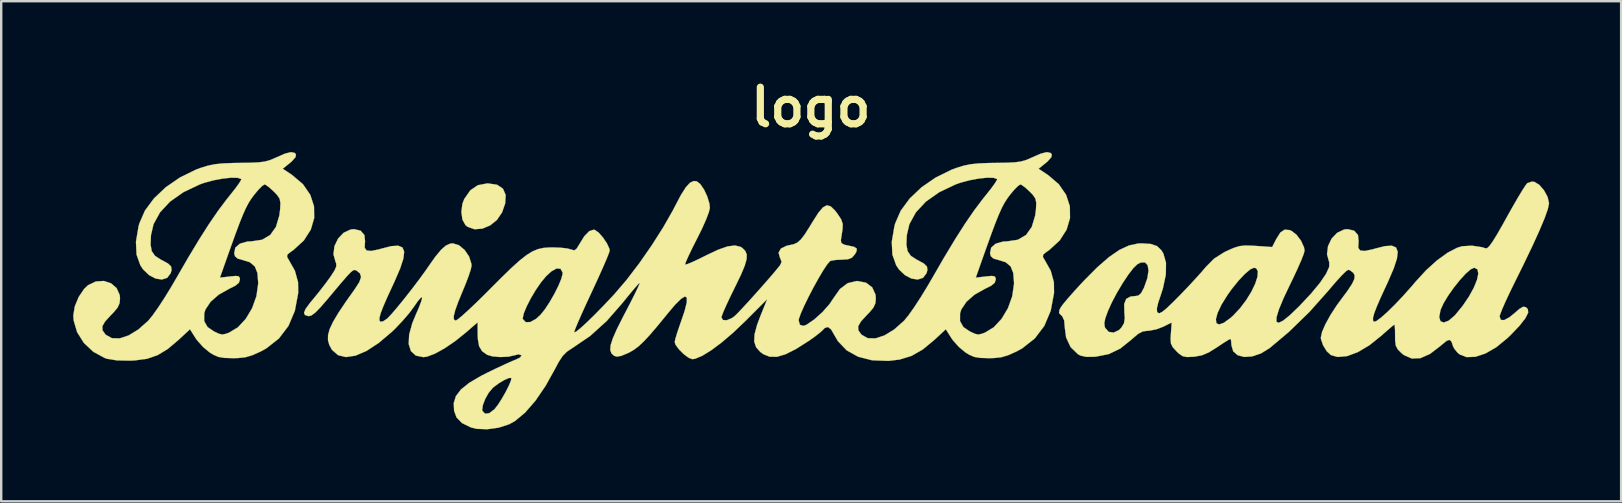
<source format=kicad_pcb>
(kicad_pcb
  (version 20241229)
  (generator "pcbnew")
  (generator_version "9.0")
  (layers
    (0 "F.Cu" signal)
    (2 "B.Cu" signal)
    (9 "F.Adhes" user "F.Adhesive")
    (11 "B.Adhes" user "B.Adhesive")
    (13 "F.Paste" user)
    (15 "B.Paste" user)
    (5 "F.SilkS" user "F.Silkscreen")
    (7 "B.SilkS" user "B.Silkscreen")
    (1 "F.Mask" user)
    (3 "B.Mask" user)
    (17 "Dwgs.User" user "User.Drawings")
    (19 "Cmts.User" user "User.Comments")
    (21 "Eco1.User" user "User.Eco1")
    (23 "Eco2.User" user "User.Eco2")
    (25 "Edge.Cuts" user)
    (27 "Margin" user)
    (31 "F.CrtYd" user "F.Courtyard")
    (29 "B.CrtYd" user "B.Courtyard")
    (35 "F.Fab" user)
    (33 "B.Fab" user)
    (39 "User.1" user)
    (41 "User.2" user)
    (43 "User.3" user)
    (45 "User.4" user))
  (footprint "logo"
    (layer "F.Cu")
    (at 30.738 9.038)
    (property "Reference" "logo" (at 0 -7.62 0) (layer "F.SilkS") (effects (font (size 1.524 1.524) (thickness 0.3))))
    (attr through_hole)
    (fp_poly (pts (xy -13.075 -4.389) (xy -12.83 -4.225) (xy -12.716 -3.962) (xy -12.738 -3.607) (xy -12.866 -3.24) (xy -13.077 -2.927) (xy -13.363 -2.696) (xy -13.688 -2.561) (xy -14.013 -2.535) (xy -14.298 -2.633) (xy -14.393 -2.709) (xy -14.519 -2.939) (xy -14.562 -3.253) (xy -14.521 -3.588) (xy -14.444 -3.793) (xy -14.19 -4.157) (xy -13.877 -4.37) (xy -13.484 -4.445) (xy -13.448 -4.445) (xy -13.075 -4.389)) (stroke (width 0.01) (type solid)) (fill yes) (layer "F.SilkS"))
    (fp_poly (pts (xy -21.514 -5.719) (xy -21.453 -5.656) (xy -21.474 -5.539) (xy -21.626 -5.367) (xy -21.698 -5.305) (xy -22.006 -5.056) (xy -21.619 -4.799) (xy -21.164 -4.413) (xy -20.859 -3.97) (xy -20.703 -3.492) (xy -20.696 -3.001) (xy -20.838 -2.518) (xy -21.128 -2.066) (xy -21.566 -1.666) (xy -21.675 -1.592) (xy -21.815 -1.479) (xy -21.824 -1.377) (xy -21.778 -1.299) (xy -21.5 -0.807) (xy -21.368 -0.33) (xy -21.362 0.121) (xy -21.501 0.863) (xy -21.769 1.495) (xy -22.166 2.017) (xy -22.69 2.429) (xy -22.925 2.558) (xy -23.273 2.714) (xy -23.562 2.799) (xy -23.877 2.833) (xy -24.092 2.836) (xy -24.439 2.826) (xy -24.684 2.785) (xy -24.894 2.695) (xy -25.051 2.599) (xy -25.323 2.373) (xy -25.575 2.092) (xy -25.641 1.997) (xy -25.872 1.632) (xy -26.347 2.074) (xy -26.8 2.456) (xy -27.221 2.711) (xy -27.662 2.863) (xy -28.174 2.931) (xy -28.363 2.94) (xy -28.915 2.929) (xy -29.323 2.864) (xy -29.414 2.834) (xy -29.898 2.572) (xy -30.293 2.202) (xy -30.574 1.755) (xy -30.719 1.263) (xy -30.733 1.055) (xy -30.672 0.681) (xy -30.511 0.29) (xy -30.284 -0.047) (xy -30.117 -0.205) (xy -29.792 -0.359) (xy -29.462 -0.38) (xy -29.162 -0.283) (xy -28.93 -0.084) (xy -28.801 0.201) (xy -28.787 0.349) (xy -28.808 0.555) (xy -28.892 0.736) (xy -29.069 0.945) (xy -29.168 1.045) (xy -29.411 1.31) (xy -29.524 1.51) (xy -29.515 1.68) (xy -29.391 1.851) (xy -29.379 1.863) (xy -29.124 2.005) (xy -28.8 2.012) (xy -28.427 1.889) (xy -28.026 1.644) (xy -27.628 1.292) (xy -25.28 1.292) (xy -25.139 1.541) (xy -24.874 1.721) (xy -24.662 1.821) (xy -24.522 1.852) (xy -24.375 1.822) (xy -24.241 1.773) (xy -23.874 1.551) (xy -23.547 1.199) (xy -23.282 0.754) (xy -23.103 0.255) (xy -23.03 -0.261) (xy -23.029 -0.308) (xy -23.061 -0.713) (xy -23.17 -0.987) (xy -23.374 -1.159) (xy -23.664 -1.251) (xy -23.891 -1.316) (xy -23.997 -1.414) (xy -24.029 -1.54) (xy -23.982 -1.769) (xy -23.793 -1.934) (xy -23.483 -2.022) (xy -23.303 -2.032) (xy -22.865 -2.098) (xy -22.528 -2.297) (xy -22.29 -2.631) (xy -22.148 -3.104) (xy -22.115 -3.364) (xy -22.102 -3.635) (xy -22.139 -3.814) (xy -22.251 -3.976) (xy -22.376 -4.104) (xy -22.565 -4.277) (xy -22.716 -4.385) (xy -22.765 -4.403) (xy -22.861 -4.341) (xy -23.022 -4.18) (xy -23.188 -3.983) (xy -23.314 -3.813) (xy -23.43 -3.631) (xy -23.544 -3.414) (xy -23.668 -3.137) (xy -23.812 -2.778) (xy -23.985 -2.314) (xy -24.198 -1.721) (xy -24.289 -1.465) (xy -24.624 -0.518) (xy -24.208 -0.567) (xy -23.96 -0.59) (xy -23.837 -0.573) (xy -23.795 -0.502) (xy -23.791 -0.434) (xy -23.834 -0.304) (xy -23.983 -0.181) (xy -24.237 -0.055) (xy -24.675 0.191) (xy -25.014 0.488) (xy -25.227 0.807) (xy -25.278 0.968) (xy -25.28 1.292) (xy -27.628 1.292) (xy -27.618 1.284) (xy -27.608 1.273) (xy -27.43 1.056) (xy -27.193 0.722) (xy -26.92 0.303) (xy -26.632 -0.168) (xy -26.458 -0.466) (xy -25.942 -1.358) (xy -25.485 -2.116) (xy -25.075 -2.759) (xy -24.698 -3.308) (xy -24.342 -3.782) (xy -24.197 -3.963) (xy -23.982 -4.234) (xy -23.822 -4.455) (xy -23.739 -4.596) (xy -23.734 -4.628) (xy -23.884 -4.679) (xy -24.153 -4.684) (xy -24.501 -4.647) (xy -24.885 -4.576) (xy -25.265 -4.474) (xy -25.461 -4.405) (xy -26.145 -4.08) (xy -26.702 -3.688) (xy -27.12 -3.239) (xy -27.391 -2.746) (xy -27.497 -2.29) (xy -27.514 -1.896) (xy -27.465 -1.622) (xy -27.33 -1.428) (xy -27.092 -1.273) (xy -27.052 -1.253) (xy -26.788 -1.109) (xy -26.658 -0.983) (xy -26.638 -0.838) (xy -26.677 -0.701) (xy -26.821 -0.511) (xy -27.041 -0.44) (xy -27.303 -0.481) (xy -27.575 -0.623) (xy -27.822 -0.859) (xy -27.94 -1.035) (xy -28.098 -1.479) (xy -28.123 -2.016) (xy -28.015 -2.651) (xy -27.98 -2.781) (xy -27.75 -3.308) (xy -27.375 -3.817) (xy -26.88 -4.286) (xy -26.287 -4.694) (xy -25.623 -5.019) (xy -25.416 -5.095) (xy -25.125 -5.185) (xy -24.837 -5.244) (xy -24.502 -5.279) (xy -24.072 -5.296) (xy -23.791 -5.3) (xy -23.334 -5.307) (xy -23.004 -5.323) (xy -22.758 -5.355) (xy -22.555 -5.409) (xy -22.353 -5.492) (xy -22.267 -5.532) (xy -21.91 -5.687) (xy -21.666 -5.748) (xy -21.514 -5.719)) (stroke (width 0.01) (type solid)) (fill yes) (layer "F.SilkS"))
    (fp_poly (pts (xy 30.149 -4.51) (xy 30.354 -4.386) (xy 30.552 -4.156) (xy 30.701 -3.882) (xy 30.76 -3.622) (xy 30.759 -3.61) (xy 30.712 -3.381) (xy 30.581 -3.007) (xy 30.365 -2.492) (xy 30.067 -1.837) (xy 29.686 -1.044) (xy 29.335 -0.334) (xy 29.123 0.099) (xy 28.941 0.489) (xy 28.802 0.807) (xy 28.72 1.024) (xy 28.702 1.1) (xy 28.751 1.242) (xy 28.892 1.251) (xy 29.112 1.132) (xy 29.306 0.974) (xy 29.534 0.779) (xy 29.683 0.695) (xy 29.789 0.709) (xy 29.877 0.792) (xy 29.892 0.939) (xy 29.774 1.174) (xy 29.529 1.487) (xy 29.163 1.87) (xy 29.012 2.014) (xy 28.558 2.384) (xy 28.112 2.641) (xy 27.695 2.779) (xy 27.327 2.793) (xy 27.029 2.677) (xy 26.939 2.598) (xy 26.809 2.438) (xy 26.753 2.324) (xy 26.753 2.323) (xy 26.711 2.187) (xy 26.675 2.122) (xy 26.607 2.073) (xy 26.495 2.115) (xy 26.309 2.263) (xy 26.244 2.321) (xy 25.802 2.659) (xy 25.402 2.836) (xy 25.04 2.851) (xy 24.712 2.707) (xy 24.618 2.631) (xy 24.457 2.47) (xy 24.375 2.314) (xy 24.347 2.097) (xy 24.346 1.912) (xy 24.343 1.655) (xy 24.331 1.483) (xy 24.317 1.439) (xy 24.243 1.492) (xy 24.077 1.632) (xy 23.85 1.832) (xy 23.785 1.89) (xy 23.278 2.297) (xy 22.791 2.586) (xy 22.343 2.752) (xy 21.95 2.787) (xy 21.67 2.707) (xy 21.497 2.547) (xy 21.345 2.299) (xy 21.258 2.044) (xy 21.252 1.973) (xy 21.304 1.74) (xy 21.447 1.413) (xy 21.659 1.03) (xy 21.923 0.625) (xy 22.086 0.404) (xy 22.372 0.019) (xy 22.556 -0.262) (xy 22.649 -0.464) (xy 22.662 -0.609) (xy 22.608 -0.717) (xy 22.467 -0.826) (xy 22.391 -0.847) (xy 22.299 -0.784) (xy 22.125 -0.614) (xy 21.892 -0.36) (xy 21.622 -0.045) (xy 21.554 0.037) (xy 20.773 0.913) (xy 19.914 1.747) (xy 19.115 2.419) (xy 18.755 2.64) (xy 18.394 2.762) (xy 18.062 2.786) (xy 17.788 2.715) (xy 17.6 2.551) (xy 17.526 2.297) (xy 17.526 2.284) (xy 17.513 2.106) (xy 17.483 2.032) (xy 17.483 2.032) (xy 17.397 2.076) (xy 17.21 2.193) (xy 16.96 2.359) (xy 16.921 2.386) (xy 16.581 2.597) (xy 16.296 2.717) (xy 15.998 2.773) (xy 15.952 2.777) (xy 15.677 2.79) (xy 15.498 2.756) (xy 15.343 2.651) (xy 15.233 2.547) (xy 15.078 2.376) (xy 15.005 2.223) (xy 14.991 2.019) (xy 15.004 1.817) (xy 15.023 1.563) (xy 15.033 1.395) (xy 15.032 1.355) (xy 14.958 1.389) (xy 14.784 1.476) (xy 14.69 1.524) (xy 14.402 1.633) (xy 14.109 1.691) (xy 14.052 1.693) (xy 13.841 1.72) (xy 13.642 1.821) (xy 13.402 2.024) (xy 13.367 2.057) (xy 12.897 2.435) (xy 12.414 2.667) (xy 11.874 2.774) (xy 11.833 2.778) (xy 11.483 2.783) (xy 11.241 2.731) (xy 11.13 2.673) (xy 10.824 2.375) (xy 10.637 1.975) (xy 10.584 1.576) (xy 10.567 1.38) (xy 12.228 1.38) (xy 12.249 1.535) (xy 12.267 1.578) (xy 12.415 1.742) (xy 12.621 1.771) (xy 12.84 1.667) (xy 12.943 1.561) (xy 13.049 1.384) (xy 13.076 1.218) (xy 16.878 1.218) (xy 16.901 1.381) (xy 17.012 1.433) (xy 17.209 1.364) (xy 17.489 1.161) (xy 17.595 1.065) (xy 17.887 0.755) (xy 18.145 0.413) (xy 18.36 0.064) (xy 18.519 -0.268) (xy 18.612 -0.558) (xy 18.629 -0.78) (xy 18.557 -0.909) (xy 18.468 -0.931) (xy 18.312 -0.864) (xy 18.09 -0.678) (xy 17.827 -0.4) (xy 17.546 -0.053) (xy 17.37 0.191) (xy 17.109 0.611) (xy 16.946 0.958) (xy 16.878 1.218) (xy 13.076 1.218) (xy 13.082 1.178) (xy 13.065 0.927) (xy 13.057 0.582) (xy 13.141 0.368) (xy 13.327 0.267) (xy 13.477 0.254) (xy 13.643 0.23) (xy 13.76 0.13) (xy 13.876 -0.086) (xy 13.888 -0.113) (xy 14.023 -0.495) (xy 14.071 -0.81) (xy 14.036 -1.036) (xy 13.924 -1.155) (xy 13.742 -1.147) (xy 13.606 -1.077) (xy 13.441 -0.919) (xy 13.229 -0.644) (xy 12.994 -0.29) (xy 12.757 0.107) (xy 12.544 0.51) (xy 12.384 0.863) (xy 12.27 1.172) (xy 12.228 1.38) (xy 10.567 1.38) (xy 10.558 1.267) (xy 10.474 1.088) (xy 10.437 1.055) (xy 10.343 0.958) (xy 10.356 0.838) (xy 10.408 0.731) (xy 10.507 0.592) (xy 10.699 0.361) (xy 10.96 0.065) (xy 11.266 -0.269) (xy 11.389 -0.4) (xy 11.942 -0.956) (xy 12.427 -1.377) (xy 12.859 -1.674) (xy 13.256 -1.858) (xy 13.634 -1.94) (xy 13.783 -1.947) (xy 14.164 -1.922) (xy 14.424 -1.834) (xy 14.606 -1.662) (xy 14.689 -1.526) (xy 14.8 -1.14) (xy 14.793 -0.649) (xy 14.671 -0.071) (xy 14.587 0.188) (xy 14.472 0.534) (xy 14.42 0.757) (xy 14.425 0.889) (xy 14.459 0.946) (xy 14.527 0.964) (xy 14.641 0.909) (xy 14.819 0.765) (xy 15.077 0.519) (xy 15.346 0.249) (xy 15.676 -0.094) (xy 15.996 -0.437) (xy 16.27 -0.74) (xy 16.46 -0.963) (xy 16.799 -1.307) (xy 17.224 -1.577) (xy 17.335 -1.631) (xy 17.629 -1.761) (xy 17.862 -1.832) (xy 18.101 -1.858) (xy 18.416 -1.849) (xy 18.552 -1.84) (xy 19.224 -1.794) (xy 19.395 -2.129) (xy 19.565 -2.399) (xy 19.74 -2.517) (xy 19.947 -2.501) (xy 20.029 -2.468) (xy 20.238 -2.306) (xy 20.428 -2.053) (xy 20.551 -1.78) (xy 20.574 -1.64) (xy 20.537 -1.504) (xy 20.437 -1.248) (xy 20.286 -0.903) (xy 20.098 -0.499) (xy 19.981 -0.26) (xy 19.695 0.344) (xy 19.503 0.808) (xy 19.405 1.132) (xy 19.402 1.317) (xy 19.494 1.364) (xy 19.681 1.273) (xy 19.963 1.046) (xy 20.342 0.682) (xy 20.367 0.656) (xy 20.846 0.144) (xy 21.216 -0.303) (xy 21.469 -0.675) (xy 21.6 -0.964) (xy 21.603 -1.161) (xy 21.597 -1.172) (xy 21.509 -1.494) (xy 21.551 -1.831) (xy 21.699 -2.143) (xy 21.931 -2.387) (xy 22.223 -2.525) (xy 22.365 -2.54) (xy 22.641 -2.475) (xy 22.8 -2.294) (xy 22.827 -2.015) (xy 22.821 -1.976) (xy 22.811 -1.764) (xy 22.891 -1.651) (xy 23.08 -1.63) (xy 23.395 -1.694) (xy 23.526 -1.732) (xy 23.924 -1.832) (xy 24.21 -1.849) (xy 24.386 -1.775) (xy 24.456 -1.599) (xy 24.423 -1.312) (xy 24.29 -0.905) (xy 24.059 -0.368) (xy 24 -0.24) (xy 23.755 0.29) (xy 23.582 0.688) (xy 23.473 0.972) (xy 23.424 1.161) (xy 23.428 1.273) (xy 23.464 1.319) (xy 23.567 1.29) (xy 23.759 1.149) (xy 23.789 1.123) (xy 26.184 1.123) (xy 26.237 1.299) (xy 26.377 1.352) (xy 26.582 1.273) (xy 26.833 1.057) (xy 26.851 1.037) (xy 27.164 0.654) (xy 27.426 0.267) (xy 27.627 -0.1) (xy 27.759 -0.426) (xy 27.813 -0.688) (xy 27.779 -0.864) (xy 27.649 -0.931) (xy 27.642 -0.931) (xy 27.494 -0.864) (xy 27.286 -0.682) (xy 27.044 -0.417) (xy 26.793 -0.103) (xy 26.558 0.229) (xy 26.366 0.548) (xy 26.242 0.82) (xy 26.239 0.829) (xy 26.184 1.123) (xy 23.789 1.123) (xy 24.021 0.916) (xy 24.333 0.61) (xy 24.675 0.249) (xy 25.029 -0.148) (xy 25.198 -0.347) (xy 25.64 -0.828) (xy 26.096 -1.24) (xy 26.538 -1.559) (xy 26.939 -1.767) (xy 27.146 -1.828) (xy 27.554 -1.85) (xy 27.974 -1.786) (xy 28.118 -1.739) (xy 28.186 -1.75) (xy 28.281 -1.84) (xy 28.413 -2.025) (xy 28.595 -2.32) (xy 28.837 -2.742) (xy 28.992 -3.023) (xy 29.237 -3.459) (xy 29.461 -3.847) (xy 29.65 -4.16) (xy 29.788 -4.373) (xy 29.855 -4.457) (xy 30.036 -4.518) (xy 30.149 -4.51)) (stroke (width 0.01) (type solid)) (fill yes) (layer "F.SilkS"))
    (fp_poly (pts (xy 9.982 -5.719) (xy 10.043 -5.656) (xy 10.022 -5.539) (xy 9.87 -5.367) (xy 9.798 -5.305) (xy 9.49 -5.056) (xy 9.877 -4.799) (xy 10.332 -4.413) (xy 10.637 -3.97) (xy 10.793 -3.492) (xy 10.8 -3.001) (xy 10.658 -2.518) (xy 10.368 -2.066) (xy 9.93 -1.666) (xy 9.821 -1.592) (xy 9.681 -1.479) (xy 9.672 -1.377) (xy 9.718 -1.299) (xy 9.996 -0.807) (xy 10.128 -0.33) (xy 10.134 0.121) (xy 9.995 0.863) (xy 9.727 1.495) (xy 9.33 2.017) (xy 8.806 2.429) (xy 8.571 2.558) (xy 8.223 2.714) (xy 7.934 2.799) (xy 7.619 2.833) (xy 7.404 2.836) (xy 7.057 2.826) (xy 6.812 2.785) (xy 6.602 2.695) (xy 6.445 2.599) (xy 6.173 2.373) (xy 5.921 2.092) (xy 5.855 1.997) (xy 5.624 1.632) (xy 5.149 2.074) (xy 4.662 2.476) (xy 4.193 2.743) (xy 3.698 2.895) (xy 3.233 2.95) (xy 2.554 2.925) (xy 1.97 2.776) (xy 1.492 2.509) (xy 1.129 2.13) (xy 0.997 1.903) (xy 0.846 1.642) (xy 0.713 1.537) (xy 0.58 1.579) (xy 0.501 1.66) (xy 0.374 1.777) (xy 0.155 1.947) (xy -0.081 2.114) (xy -0.614 2.452) (xy -1.05 2.672) (xy -1.409 2.779) (xy -1.711 2.778) (xy -1.977 2.672) (xy -2.11 2.575) (xy -2.281 2.382) (xy -2.359 2.148) (xy -2.346 1.848) (xy -2.241 1.453) (xy -2.092 1.056) (xy -1.817 0.377) (xy -2.75 1.311) (xy -3.24 1.777) (xy -3.712 2.179) (xy -4.146 2.504) (xy -4.522 2.736) (xy -4.819 2.861) (xy -4.938 2.879) (xy -5.098 2.817) (xy -5.3 2.665) (xy -5.496 2.47) (xy -5.635 2.281) (xy -5.673 2.17) (xy -5.645 2.033) (xy -5.571 1.784) (xy -5.464 1.467) (xy -5.419 1.341) (xy -5.253 0.85) (xy -5.169 0.508) (xy -5.168 0.313) (xy -5.249 0.266) (xy -5.413 0.367) (xy -5.661 0.614) (xy -5.965 0.974) (xy -6.369 1.469) (xy -6.692 1.848) (xy -6.954 2.131) (xy -7.174 2.338) (xy -7.372 2.487) (xy -7.568 2.6) (xy -7.619 2.624) (xy -7.903 2.742) (xy -8.088 2.773) (xy -8.197 2.739) (xy -8.309 2.637) (xy -8.359 2.494) (xy -8.341 2.291) (xy -8.25 2.008) (xy -8.082 1.626) (xy -7.831 1.126) (xy -7.746 0.964) (xy -7.532 0.551) (xy -7.351 0.193) (xy -7.217 -0.085) (xy -7.141 -0.256) (xy -7.13 -0.3) (xy -7.191 -0.249) (xy -7.335 -0.089) (xy -7.542 0.157) (xy -7.792 0.465) (xy -7.835 0.52) (xy -8.508 1.29) (xy -9.196 1.911) (xy -9.922 2.405) (xy -9.931 2.41) (xy -10.165 2.566) (xy -10.345 2.748) (xy -10.513 3.006) (xy -10.641 3.249) (xy -11.052 3.988) (xy -11.478 4.612) (xy -11.909 5.107) (xy -12.332 5.458) (xy -12.573 5.592) (xy -13.01 5.733) (xy -13.482 5.798) (xy -13.922 5.782) (xy -14.166 5.723) (xy -14.537 5.54) (xy -14.763 5.308) (xy -14.865 5.033) (xy -14.867 4.995) (xy -13.696 4.995) (xy -13.687 5.033) (xy -13.574 5.151) (xy -13.4 5.129) (xy -13.192 4.973) (xy -13.174 4.954) (xy -13.034 4.773) (xy -12.874 4.524) (xy -12.717 4.248) (xy -12.584 3.985) (xy -12.498 3.777) (xy -12.479 3.665) (xy -12.483 3.66) (xy -12.585 3.664) (xy -12.774 3.747) (xy -13.002 3.883) (xy -13.222 4.047) (xy -13.261 4.081) (xy -13.424 4.278) (xy -13.569 4.535) (xy -13.668 4.794) (xy -13.696 4.995) (xy -14.867 4.995) (xy -14.881 4.71) (xy -14.79 4.417) (xy -14.579 4.141) (xy -14.235 3.865) (xy -13.744 3.576) (xy -13.461 3.432) (xy -13.077 3.247) (xy -12.722 3.082) (xy -12.44 2.956) (xy -12.285 2.894) (xy -12.116 2.81) (xy -12.057 2.727) (xy -12.062 2.715) (xy -12.182 2.675) (xy -12.328 2.713) (xy -12.608 2.775) (xy -12.949 2.79) (xy -13.272 2.761) (xy -13.489 2.696) (xy -13.702 2.543) (xy -13.824 2.337) (xy -13.876 2.034) (xy -13.883 1.836) (xy -13.885 1.343) (xy -14.372 1.766) (xy -14.82 2.126) (xy -15.259 2.425) (xy -15.658 2.646) (xy -15.989 2.772) (xy -16.145 2.794) (xy -16.458 2.73) (xy -16.663 2.545) (xy -16.757 2.251) (xy -16.739 1.856) (xy -16.606 1.374) (xy -16.466 1.037) (xy -16.333 0.731) (xy -16.238 0.479) (xy -16.197 0.325) (xy -16.198 0.302) (xy -16.255 0.32) (xy -16.373 0.455) (xy -16.528 0.677) (xy -16.532 0.684) (xy -16.734 0.957) (xy -17.016 1.285) (xy -17.329 1.614) (xy -17.463 1.743) (xy -18.012 2.206) (xy -18.519 2.537) (xy -18.975 2.732) (xy -19.372 2.791) (xy -19.7 2.712) (xy -19.953 2.492) (xy -20.066 2.285) (xy -20.121 2.089) (xy -20.119 1.877) (xy -20.052 1.628) (xy -19.909 1.324) (xy -19.684 0.945) (xy -19.367 0.472) (xy -19.006 -0.035) (xy -18.814 -0.333) (xy -18.742 -0.543) (xy -18.787 -0.695) (xy -18.907 -0.795) (xy -18.964 -0.829) (xy -19.019 -0.84) (xy -19.086 -0.814) (xy -19.182 -0.734) (xy -19.324 -0.585) (xy -19.528 -0.351) (xy -19.81 -0.017) (xy -20.135 0.372) (xy -20.432 0.715) (xy -20.649 0.937) (xy -20.807 1.055) (xy -20.922 1.086) (xy -20.933 1.085) (xy -21.078 1.039) (xy -21.121 0.948) (xy -21.056 0.789) (xy -20.878 0.544) (xy -20.74 0.378) (xy -20.479 0.058) (xy -20.214 -0.285) (xy -20.012 -0.562) (xy -19.847 -0.818) (xy -19.774 -0.988) (xy -19.779 -1.114) (xy -19.804 -1.171) (xy -19.893 -1.493) (xy -19.851 -1.83) (xy -19.703 -2.142) (xy -19.471 -2.387) (xy -19.179 -2.524) (xy -19.037 -2.54) (xy -18.761 -2.475) (xy -18.602 -2.294) (xy -18.575 -2.015) (xy -18.581 -1.976) (xy -18.591 -1.764) (xy -18.511 -1.651) (xy -18.322 -1.63) (xy -18.007 -1.694) (xy -17.876 -1.732) (xy -17.478 -1.832) (xy -17.192 -1.849) (xy -17.016 -1.775) (xy -16.946 -1.599) (xy -16.979 -1.312) (xy -17.112 -0.905) (xy -17.343 -0.368) (xy -17.402 -0.24) (xy -17.647 0.289) (xy -17.82 0.687) (xy -17.928 0.971) (xy -17.977 1.159) (xy -17.974 1.272) (xy -17.937 1.32) (xy -17.825 1.303) (xy -17.662 1.194) (xy -17.638 1.173) (xy -17.464 0.989) (xy -17.218 0.701) (xy -16.927 0.343) (xy -16.619 -0.05) (xy -16.32 -0.444) (xy -16.058 -0.805) (xy -15.941 -0.974) (xy -15.646 -1.392) (xy -15.408 -1.679) (xy -15.209 -1.854) (xy -15.027 -1.936) (xy -14.92 -1.947) (xy -14.668 -1.871) (xy -14.429 -1.674) (xy -14.242 -1.4) (xy -14.145 -1.097) (xy -14.139 -1.011) (xy -14.172 -0.857) (xy -14.259 -0.591) (xy -14.386 -0.256) (xy -14.482 -0.024) (xy -14.688 0.476) (xy -14.82 0.84) (xy -14.881 1.084) (xy -14.875 1.222) (xy -14.805 1.27) (xy -14.795 1.27) (xy -14.7 1.212) (xy -14.641 1.163) (xy -12.005 1.163) (xy -11.998 1.211) (xy -11.879 1.337) (xy -11.688 1.331) (xy -11.45 1.199) (xy -11.269 1.035) (xy -11.083 0.804) (xy -10.881 0.497) (xy -10.685 0.155) (xy -10.516 -0.183) (xy -10.395 -0.476) (xy -10.342 -0.684) (xy -10.343 -0.728) (xy -10.429 -0.887) (xy -10.59 -0.903) (xy -10.814 -0.779) (xy -11.035 -0.575) (xy -11.247 -0.319) (xy -11.465 -0.001) (xy -11.67 0.344) (xy -11.841 0.677) (xy -11.96 0.962) (xy -12.005 1.163) (xy -14.641 1.163) (xy -14.507 1.05) (xy -14.234 0.802) (xy -13.902 0.486) (xy -13.53 0.12) (xy -13.409 -0.003) (xy -12.893 -0.519) (xy -12.474 -0.926) (xy -12.131 -1.235) (xy -11.845 -1.459) (xy -11.597 -1.613) (xy -11.367 -1.708) (xy -11.135 -1.758) (xy -10.882 -1.777) (xy -10.761 -1.778) (xy -10.433 -1.766) (xy -10.155 -1.735) (xy -9.986 -1.691) (xy -9.983 -1.689) (xy -9.86 -1.653) (xy -9.761 -1.724) (xy -9.671 -1.87) (xy -9.441 -2.242) (xy -9.236 -2.455) (xy -9.052 -2.516) (xy -9 -2.506) (xy -8.843 -2.397) (xy -8.662 -2.191) (xy -8.499 -1.949) (xy -8.397 -1.73) (xy -8.382 -1.647) (xy -8.417 -1.533) (xy -8.514 -1.291) (xy -8.663 -0.946) (xy -8.853 -0.522) (xy -9.073 -0.044) (xy -9.143 0.106) (xy -9.367 0.587) (xy -9.561 1.015) (xy -9.715 1.368) (xy -9.819 1.62) (xy -9.864 1.751) (xy -9.864 1.764) (xy -9.781 1.732) (xy -9.602 1.59) (xy -9.341 1.352) (xy -9.016 1.035) (xy -8.642 0.653) (xy -8.235 0.223) (xy -8.188 0.171) (xy -7.684 -0.417) (xy -7.152 -1.113) (xy -6.628 -1.866) (xy -6.146 -2.624) (xy -5.74 -3.337) (xy -5.65 -3.514) (xy -5.408 -3.972) (xy -5.207 -4.286) (xy -5.036 -4.472) (xy -4.879 -4.545) (xy -4.753 -4.533) (xy -4.605 -4.416) (xy -4.45 -4.187) (xy -4.316 -3.9) (xy -4.228 -3.609) (xy -4.208 -3.422) (xy -4.251 -3.243) (xy -4.361 -2.951) (xy -4.525 -2.581) (xy -4.729 -2.167) (xy -4.749 -2.13) (xy -4.94 -1.753) (xy -5.094 -1.432) (xy -5.199 -1.196) (xy -5.24 -1.073) (xy -5.239 -1.062) (xy -5.151 -1.081) (xy -4.946 -1.165) (xy -4.656 -1.3) (xy -4.374 -1.441) (xy -3.864 -1.682) (xy -3.467 -1.82) (xy -3.163 -1.859) (xy -2.933 -1.804) (xy -2.857 -1.757) (xy -2.733 -1.633) (xy -2.671 -1.484) (xy -2.678 -1.284) (xy -2.756 -1.012) (xy -2.911 -0.642) (xy -3.148 -0.152) (xy -3.17 -0.108) (xy -3.367 0.296) (xy -3.534 0.652) (xy -3.656 0.932) (xy -3.719 1.104) (xy -3.725 1.136) (xy -3.664 1.246) (xy -3.509 1.258) (xy -3.3 1.173) (xy -3.193 1.099) (xy -3.073 0.986) (xy -2.87 0.773) (xy -2.606 0.487) (xy -2.31 0.159) (xy -2.005 -0.184) (xy -1.717 -0.513) (xy -1.472 -0.801) (xy -1.295 -1.018) (xy -1.285 -1.031) (xy -1.218 -1.172) (xy -1.273 -1.328) (xy -1.286 -1.348) (xy -1.344 -1.559) (xy -1.247 -1.731) (xy -1.008 -1.847) (xy -0.895 -1.871) (xy -0.708 -1.912) (xy -0.556 -1.983) (xy -0.414 -2.11) (xy -0.254 -2.319) (xy -0.052 -2.637) (xy 0.074 -2.845) (xy 0.313 -3.22) (xy 0.504 -3.446) (xy 0.669 -3.534) (xy 0.829 -3.488) (xy 1.005 -3.318) (xy 1.096 -3.201) (xy 1.262 -2.951) (xy 1.329 -2.753) (xy 1.321 -2.54) (xy 1.321 -2.54) (xy 1.283 -2.288) (xy 1.252 -2.084) (xy 1.251 -2.078) (xy 1.271 -1.96) (xy 1.397 -1.89) (xy 1.546 -1.858) (xy 1.805 -1.801) (xy 1.916 -1.727) (xy 1.901 -1.606) (xy 1.83 -1.484) (xy 1.71 -1.348) (xy 1.546 -1.284) (xy 1.289 -1.269) (xy 1.032 -1.256) (xy 0.844 -1.224) (xy 0.799 -1.205) (xy 0.686 -1.077) (xy 0.521 -0.831) (xy 0.325 -0.5) (xy 0.114 -0.12) (xy -0.092 0.274) (xy -0.274 0.647) (xy -0.415 0.965) (xy -0.496 1.191) (xy -0.508 1.263) (xy -0.456 1.447) (xy -0.311 1.492) (xy -0.183 1.447) (xy 0.143 1.224) (xy 0.484 0.917) (xy 0.779 0.583) (xy 0.931 0.356) (xy 1.213 -0.045) (xy 1.533 -0.287) (xy 1.901 -0.376) (xy 1.946 -0.377) (xy 2.3 -0.308) (xy 2.557 -0.114) (xy 2.693 0.184) (xy 2.709 0.349) (xy 2.688 0.555) (xy 2.604 0.736) (xy 2.427 0.945) (xy 2.328 1.045) (xy 2.085 1.31) (xy 1.972 1.51) (xy 1.981 1.68) (xy 2.105 1.851) (xy 2.117 1.863) (xy 2.372 2.005) (xy 2.696 2.012) (xy 3.069 1.889) (xy 3.47 1.644) (xy 3.868 1.292) (xy 6.216 1.292) (xy 6.357 1.541) (xy 6.622 1.721) (xy 6.834 1.821) (xy 6.974 1.852) (xy 7.121 1.822) (xy 7.255 1.773) (xy 7.622 1.551) (xy 7.949 1.199) (xy 8.214 0.754) (xy 8.393 0.255) (xy 8.466 -0.261) (xy 8.467 -0.308) (xy 8.435 -0.713) (xy 8.326 -0.987) (xy 8.122 -1.159) (xy 7.832 -1.251) (xy 7.605 -1.316) (xy 7.499 -1.414) (xy 7.467 -1.54) (xy 7.514 -1.769) (xy 7.703 -1.934) (xy 8.013 -2.022) (xy 8.193 -2.032) (xy 8.631 -2.098) (xy 8.968 -2.297) (xy 9.206 -2.631) (xy 9.348 -3.104) (xy 9.381 -3.364) (xy 9.394 -3.635) (xy 9.357 -3.814) (xy 9.245 -3.976) (xy 9.12 -4.104) (xy 8.931 -4.277) (xy 8.78 -4.385) (xy 8.731 -4.403) (xy 8.635 -4.341) (xy 8.474 -4.18) (xy 8.308 -3.983) (xy 8.182 -3.813) (xy 8.066 -3.631) (xy 7.952 -3.414) (xy 7.828 -3.137) (xy 7.684 -2.778) (xy 7.511 -2.314) (xy 7.298 -1.721) (xy 7.207 -1.465) (xy 6.872 -0.518) (xy 7.288 -0.567) (xy 7.536 -0.59) (xy 7.659 -0.573) (xy 7.701 -0.502) (xy 7.705 -0.434) (xy 7.662 -0.304) (xy 7.513 -0.181) (xy 7.259 -0.055) (xy 6.821 0.191) (xy 6.482 0.488) (xy 6.269 0.807) (xy 6.218 0.968) (xy 6.216 1.292) (xy 3.868 1.292) (xy 3.878 1.284) (xy 3.888 1.273) (xy 4.066 1.056) (xy 4.303 0.722) (xy 4.576 0.303) (xy 4.864 -0.168) (xy 5.038 -0.466) (xy 5.554 -1.358) (xy 6.011 -2.116) (xy 6.421 -2.759) (xy 6.798 -3.308) (xy 7.154 -3.782) (xy 7.299 -3.963) (xy 7.514 -4.234) (xy 7.674 -4.455) (xy 7.757 -4.596) (xy 7.762 -4.628) (xy 7.612 -4.679) (xy 7.343 -4.684) (xy 6.995 -4.647) (xy 6.611 -4.576) (xy 6.231 -4.474) (xy 6.035 -4.405) (xy 5.351 -4.08) (xy 4.794 -3.688) (xy 4.376 -3.239) (xy 4.105 -2.746) (xy 3.999 -2.29) (xy 3.982 -1.896) (xy 4.031 -1.622) (xy 4.166 -1.428) (xy 4.404 -1.273) (xy 4.444 -1.253) (xy 4.708 -1.109) (xy 4.838 -0.983) (xy 4.858 -0.838) (xy 4.819 -0.701) (xy 4.675 -0.511) (xy 4.455 -0.44) (xy 4.193 -0.481) (xy 3.921 -0.623) (xy 3.674 -0.859) (xy 3.556 -1.035) (xy 3.398 -1.479) (xy 3.373 -2.016) (xy 3.481 -2.651) (xy 3.516 -2.781) (xy 3.746 -3.308) (xy 4.121 -3.817) (xy 4.616 -4.286) (xy 5.209 -4.694) (xy 5.873 -5.019) (xy 6.08 -5.095) (xy 6.371 -5.185) (xy 6.659 -5.244) (xy 6.994 -5.279) (xy 7.424 -5.296) (xy 7.705 -5.3) (xy 8.162 -5.307) (xy 8.492 -5.323) (xy 8.738 -5.355) (xy 8.941 -5.409) (xy 9.143 -5.492) (xy 9.229 -5.532) (xy 9.586 -5.687) (xy 9.83 -5.748) (xy 9.982 -5.719)) (stroke (width 0.01) (type solid)) (fill yes) (layer "F.SilkS")))
  (gr_rect
    (start -3 -3)
    (end 64.503 17.841)
    (stroke (width 0.1) (type default))
    (fill no)
    (layer "Edge.Cuts")))
</source>
